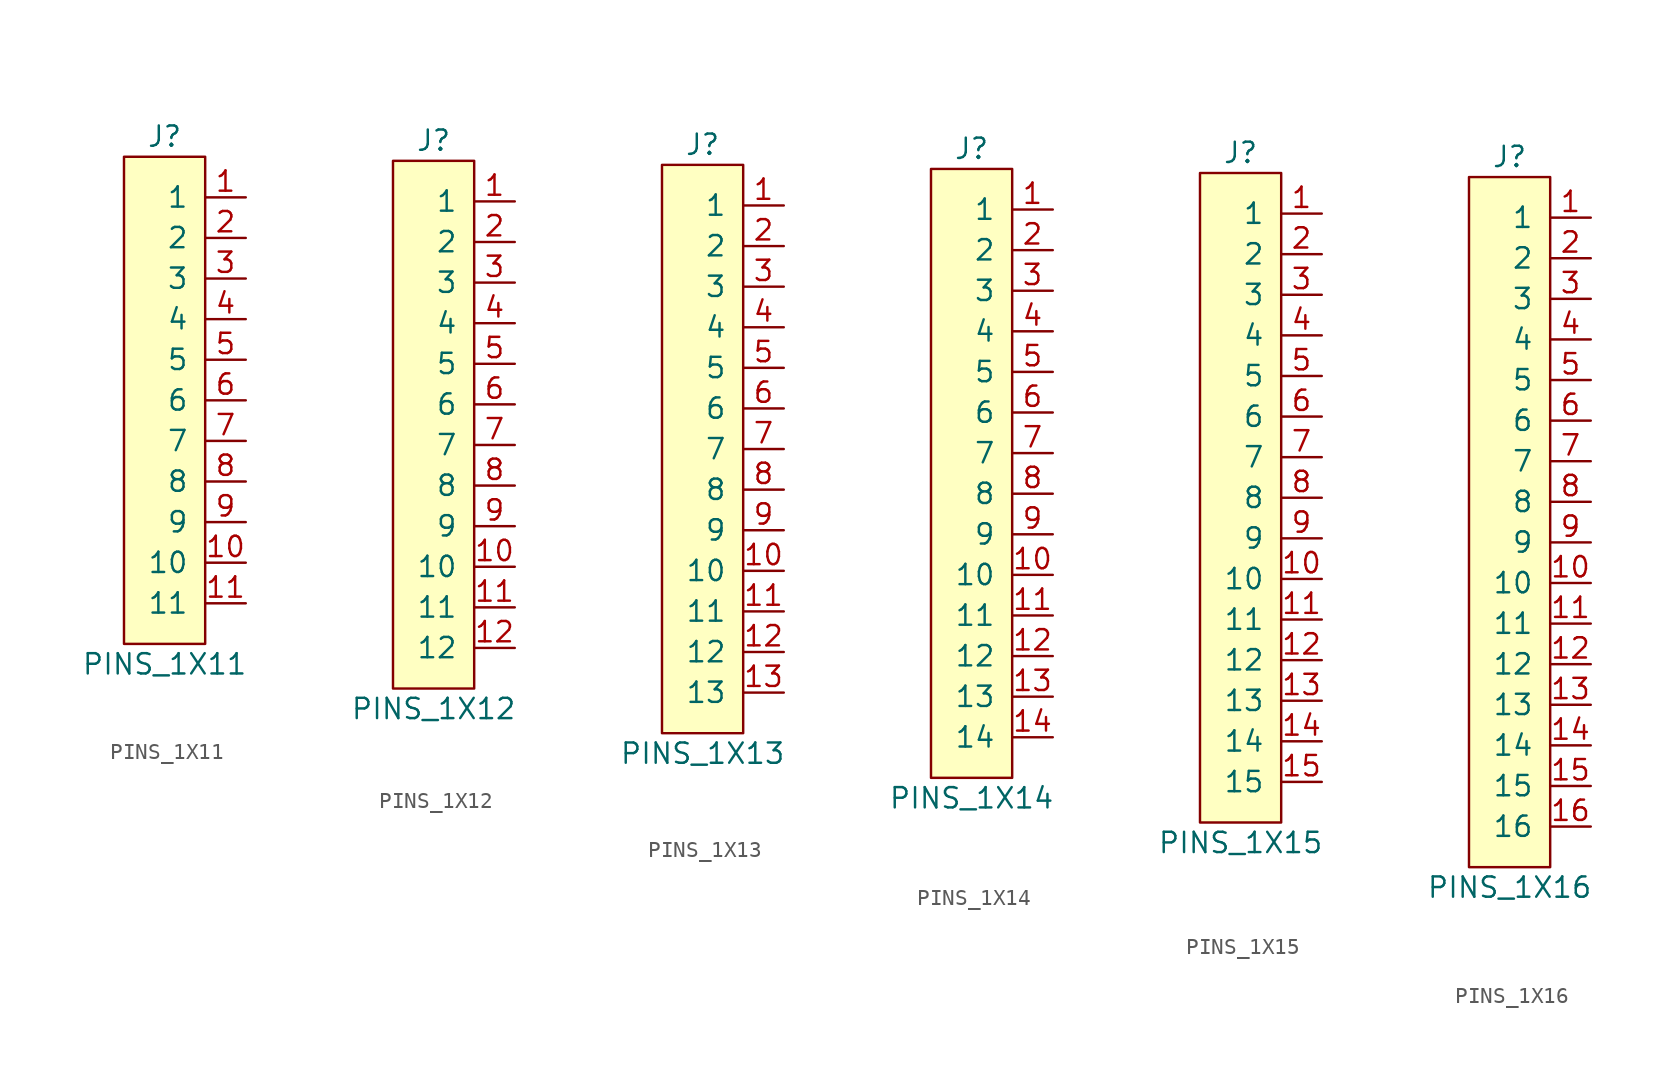
<source format=kicad_sym>
(kicad_symbol_lib
  (version 20241209)
  (generator "kicad_symbol_editor")
  (generator_version "9.0")
  (symbol "PINS_1X11"
    (pin_names
      (offset 1.016))
    (property "Reference" "J"
      (at 0 16.51 0)
      (effects (font (size 1.27 1.27))))
    (property "Value" "PINS_1X11"
      (at 0 -16.51 0)
      (effects (font (size 1.27 1.27))))
    (symbol "PINS_1X11_0_1"
      (rectangle (start -2.54 15.24) (end 2.54 -15.24) (stroke (width 0) (type default)) (fill (type background))))
    (symbol "PINS_1X11_1_1"
      (pin passive line (at 5.08 12.7 180) (length 2.54) (name "1" (effects (font (size 1.27 1.27)))) (number "1" (effects (font (size 1.27 1.27)))))
      (pin passive line (at 5.08 10.16 180) (length 2.54) (name "2" (effects (font (size 1.27 1.27)))) (number "2" (effects (font (size 1.27 1.27)))))
      (pin passive line (at 5.08 7.62 180) (length 2.54) (name "3" (effects (font (size 1.27 1.27)))) (number "3" (effects (font (size 1.27 1.27)))))
      (pin passive line (at 5.08 5.08 180) (length 2.54) (name "4" (effects (font (size 1.27 1.27)))) (number "4" (effects (font (size 1.27 1.27)))))
      (pin passive line (at 5.08 2.54 180) (length 2.54) (name "5" (effects (font (size 1.27 1.27)))) (number "5" (effects (font (size 1.27 1.27)))))
      (pin passive line (at 5.08 0 180) (length 2.54) (name "6" (effects (font (size 1.27 1.27)))) (number "6" (effects (font (size 1.27 1.27)))))
      (pin passive line (at 5.08 -2.54 180) (length 2.54) (name "7" (effects (font (size 1.27 1.27)))) (number "7" (effects (font (size 1.27 1.27)))))
      (pin passive line (at 5.08 -5.08 180) (length 2.54) (name "8" (effects (font (size 1.27 1.27)))) (number "8" (effects (font (size 1.27 1.27)))))
      (pin passive line (at 5.08 -7.62 180) (length 2.54) (name "9" (effects (font (size 1.27 1.27)))) (number "9" (effects (font (size 1.27 1.27)))))
      (pin passive line (at 5.08 -10.16 180) (length 2.54) (name "10" (effects (font (size 1.27 1.27)))) (number "10" (effects (font (size 1.27 1.27)))))
      (pin passive line (at 5.08 -12.7 180) (length 2.54) (name "11" (effects (font (size 1.27 1.27)))) (number "11" (effects (font (size 1.27 1.27)))))))
  (symbol "PINS_1X12"
    (pin_names
      (offset 1.016))
    (property "Reference" "J"
      (at 0 17.78 0)
      (effects (font (size 1.27 1.27))))
    (property "Value" "PINS_1X12"
      (at 0 -17.78 0)
      (effects (font (size 1.27 1.27))))
    (symbol "PINS_1X12_0_1"
      (rectangle (start -2.54 16.51) (end 2.54 -16.51) (stroke (width 0) (type default)) (fill (type background))))
    (symbol "PINS_1X12_1_1"
      (pin passive line (at 5.08 13.97 180) (length 2.54) (name "1" (effects (font (size 1.27 1.27)))) (number "1" (effects (font (size 1.27 1.27)))))
      (pin passive line (at 5.08 11.43 180) (length 2.54) (name "2" (effects (font (size 1.27 1.27)))) (number "2" (effects (font (size 1.27 1.27)))))
      (pin passive line (at 5.08 8.89 180) (length 2.54) (name "3" (effects (font (size 1.27 1.27)))) (number "3" (effects (font (size 1.27 1.27)))))
      (pin passive line (at 5.08 6.35 180) (length 2.54) (name "4" (effects (font (size 1.27 1.27)))) (number "4" (effects (font (size 1.27 1.27)))))
      (pin passive line (at 5.08 3.81 180) (length 2.54) (name "5" (effects (font (size 1.27 1.27)))) (number "5" (effects (font (size 1.27 1.27)))))
      (pin passive line (at 5.08 1.27 180) (length 2.54) (name "6" (effects (font (size 1.27 1.27)))) (number "6" (effects (font (size 1.27 1.27)))))
      (pin passive line (at 5.08 -1.27 180) (length 2.54) (name "7" (effects (font (size 1.27 1.27)))) (number "7" (effects (font (size 1.27 1.27)))))
      (pin passive line (at 5.08 -3.81 180) (length 2.54) (name "8" (effects (font (size 1.27 1.27)))) (number "8" (effects (font (size 1.27 1.27)))))
      (pin passive line (at 5.08 -6.35 180) (length 2.54) (name "9" (effects (font (size 1.27 1.27)))) (number "9" (effects (font (size 1.27 1.27)))))
      (pin passive line (at 5.08 -8.89 180) (length 2.54) (name "10" (effects (font (size 1.27 1.27)))) (number "10" (effects (font (size 1.27 1.27)))))
      (pin passive line (at 5.08 -11.43 180) (length 2.54) (name "11" (effects (font (size 1.27 1.27)))) (number "11" (effects (font (size 1.27 1.27)))))
      (pin passive line (at 5.08 -13.97 180) (length 2.54) (name "12" (effects (font (size 1.27 1.27)))) (number "12" (effects (font (size 1.27 1.27)))))))
  (symbol "PINS_1X13"
    (pin_names
      (offset 1.016))
    (property "Reference" "J"
      (at 0 19.05 0)
      (effects (font (size 1.27 1.27))))
    (property "Value" "PINS_1X13"
      (at 0 -19.05 0)
      (effects (font (size 1.27 1.27))))
    (symbol "PINS_1X13_0_1"
      (rectangle (start -2.54 17.78) (end 2.54 -17.78) (stroke (width 0) (type default)) (fill (type background))))
    (symbol "PINS_1X13_1_1"
      (pin passive line (at 5.08 15.24 180) (length 2.54) (name "1" (effects (font (size 1.27 1.27)))) (number "1" (effects (font (size 1.27 1.27)))))
      (pin passive line (at 5.08 12.7 180) (length 2.54) (name "2" (effects (font (size 1.27 1.27)))) (number "2" (effects (font (size 1.27 1.27)))))
      (pin passive line (at 5.08 10.16 180) (length 2.54) (name "3" (effects (font (size 1.27 1.27)))) (number "3" (effects (font (size 1.27 1.27)))))
      (pin passive line (at 5.08 7.62 180) (length 2.54) (name "4" (effects (font (size 1.27 1.27)))) (number "4" (effects (font (size 1.27 1.27)))))
      (pin passive line (at 5.08 5.08 180) (length 2.54) (name "5" (effects (font (size 1.27 1.27)))) (number "5" (effects (font (size 1.27 1.27)))))
      (pin passive line (at 5.08 2.54 180) (length 2.54) (name "6" (effects (font (size 1.27 1.27)))) (number "6" (effects (font (size 1.27 1.27)))))
      (pin passive line (at 5.08 0 180) (length 2.54) (name "7" (effects (font (size 1.27 1.27)))) (number "7" (effects (font (size 1.27 1.27)))))
      (pin passive line (at 5.08 -2.54 180) (length 2.54) (name "8" (effects (font (size 1.27 1.27)))) (number "8" (effects (font (size 1.27 1.27)))))
      (pin passive line (at 5.08 -5.08 180) (length 2.54) (name "9" (effects (font (size 1.27 1.27)))) (number "9" (effects (font (size 1.27 1.27)))))
      (pin passive line (at 5.08 -7.62 180) (length 2.54) (name "10" (effects (font (size 1.27 1.27)))) (number "10" (effects (font (size 1.27 1.27)))))
      (pin passive line (at 5.08 -10.16 180) (length 2.54) (name "11" (effects (font (size 1.27 1.27)))) (number "11" (effects (font (size 1.27 1.27)))))
      (pin passive line (at 5.08 -12.7 180) (length 2.54) (name "12" (effects (font (size 1.27 1.27)))) (number "12" (effects (font (size 1.27 1.27)))))
      (pin passive line (at 5.08 -15.24 180) (length 2.54) (name "13" (effects (font (size 1.27 1.27)))) (number "13" (effects (font (size 1.27 1.27)))))))
  (symbol "PINS_1X14"
    (pin_names
      (offset 1.016))
    (property "Reference" "J"
      (at 0 20.32 0)
      (effects (font (size 1.27 1.27))))
    (property "Value" "PINS_1X14"
      (at 0 -20.32 0)
      (effects (font (size 1.27 1.27))))
    (symbol "PINS_1X14_0_1"
      (rectangle (start -2.54 19.05) (end 2.54 -19.05) (stroke (width 0) (type default)) (fill (type background))))
    (symbol "PINS_1X14_1_1"
      (pin passive line (at 5.08 16.51 180) (length 2.54) (name "1" (effects (font (size 1.27 1.27)))) (number "1" (effects (font (size 1.27 1.27)))))
      (pin passive line (at 5.08 13.97 180) (length 2.54) (name "2" (effects (font (size 1.27 1.27)))) (number "2" (effects (font (size 1.27 1.27)))))
      (pin passive line (at 5.08 11.43 180) (length 2.54) (name "3" (effects (font (size 1.27 1.27)))) (number "3" (effects (font (size 1.27 1.27)))))
      (pin passive line (at 5.08 8.89 180) (length 2.54) (name "4" (effects (font (size 1.27 1.27)))) (number "4" (effects (font (size 1.27 1.27)))))
      (pin passive line (at 5.08 6.35 180) (length 2.54) (name "5" (effects (font (size 1.27 1.27)))) (number "5" (effects (font (size 1.27 1.27)))))
      (pin passive line (at 5.08 3.81 180) (length 2.54) (name "6" (effects (font (size 1.27 1.27)))) (number "6" (effects (font (size 1.27 1.27)))))
      (pin passive line (at 5.08 1.27 180) (length 2.54) (name "7" (effects (font (size 1.27 1.27)))) (number "7" (effects (font (size 1.27 1.27)))))
      (pin passive line (at 5.08 -1.27 180) (length 2.54) (name "8" (effects (font (size 1.27 1.27)))) (number "8" (effects (font (size 1.27 1.27)))))
      (pin passive line (at 5.08 -3.81 180) (length 2.54) (name "9" (effects (font (size 1.27 1.27)))) (number "9" (effects (font (size 1.27 1.27)))))
      (pin passive line (at 5.08 -6.35 180) (length 2.54) (name "10" (effects (font (size 1.27 1.27)))) (number "10" (effects (font (size 1.27 1.27)))))
      (pin passive line (at 5.08 -8.89 180) (length 2.54) (name "11" (effects (font (size 1.27 1.27)))) (number "11" (effects (font (size 1.27 1.27)))))
      (pin passive line (at 5.08 -11.43 180) (length 2.54) (name "12" (effects (font (size 1.27 1.27)))) (number "12" (effects (font (size 1.27 1.27)))))
      (pin passive line (at 5.08 -13.97 180) (length 2.54) (name "13" (effects (font (size 1.27 1.27)))) (number "13" (effects (font (size 1.27 1.27)))))
      (pin passive line (at 5.08 -16.51 180) (length 2.54) (name "14" (effects (font (size 1.27 1.27)))) (number "14" (effects (font (size 1.27 1.27)))))))
  (symbol "PINS_1X15"
    (pin_names
      (offset 1.016))
    (property "Reference" "J"
      (at 0 21.59 0)
      (effects (font (size 1.27 1.27))))
    (property "Value" "PINS_1X15"
      (at 0 -21.59 0)
      (effects (font (size 1.27 1.27))))
    (symbol "PINS_1X15_0_1"
      (rectangle (start -2.54 20.32) (end 2.54 -20.32) (stroke (width 0) (type default)) (fill (type background))))
    (symbol "PINS_1X15_1_1"
      (pin passive line (at 5.08 17.78 180) (length 2.54) (name "1" (effects (font (size 1.27 1.27)))) (number "1" (effects (font (size 1.27 1.27)))))
      (pin passive line (at 5.08 15.24 180) (length 2.54) (name "2" (effects (font (size 1.27 1.27)))) (number "2" (effects (font (size 1.27 1.27)))))
      (pin passive line (at 5.08 12.7 180) (length 2.54) (name "3" (effects (font (size 1.27 1.27)))) (number "3" (effects (font (size 1.27 1.27)))))
      (pin passive line (at 5.08 10.16 180) (length 2.54) (name "4" (effects (font (size 1.27 1.27)))) (number "4" (effects (font (size 1.27 1.27)))))
      (pin passive line (at 5.08 7.62 180) (length 2.54) (name "5" (effects (font (size 1.27 1.27)))) (number "5" (effects (font (size 1.27 1.27)))))
      (pin passive line (at 5.08 5.08 180) (length 2.54) (name "6" (effects (font (size 1.27 1.27)))) (number "6" (effects (font (size 1.27 1.27)))))
      (pin passive line (at 5.08 2.54 180) (length 2.54) (name "7" (effects (font (size 1.27 1.27)))) (number "7" (effects (font (size 1.27 1.27)))))
      (pin passive line (at 5.08 0 180) (length 2.54) (name "8" (effects (font (size 1.27 1.27)))) (number "8" (effects (font (size 1.27 1.27)))))
      (pin passive line (at 5.08 -2.54 180) (length 2.54) (name "9" (effects (font (size 1.27 1.27)))) (number "9" (effects (font (size 1.27 1.27)))))
      (pin passive line (at 5.08 -5.08 180) (length 2.54) (name "10" (effects (font (size 1.27 1.27)))) (number "10" (effects (font (size 1.27 1.27)))))
      (pin passive line (at 5.08 -7.62 180) (length 2.54) (name "11" (effects (font (size 1.27 1.27)))) (number "11" (effects (font (size 1.27 1.27)))))
      (pin passive line (at 5.08 -10.16 180) (length 2.54) (name "12" (effects (font (size 1.27 1.27)))) (number "12" (effects (font (size 1.27 1.27)))))
      (pin passive line (at 5.08 -12.7 180) (length 2.54) (name "13" (effects (font (size 1.27 1.27)))) (number "13" (effects (font (size 1.27 1.27)))))
      (pin passive line (at 5.08 -15.24 180) (length 2.54) (name "14" (effects (font (size 1.27 1.27)))) (number "14" (effects (font (size 1.27 1.27)))))
      (pin passive line (at 5.08 -17.78 180) (length 2.54) (name "15" (effects (font (size 1.27 1.27)))) (number "15" (effects (font (size 1.27 1.27)))))))
  (symbol "PINS_1X16"
    (pin_names
      (offset 1.016))
    (property "Reference" "J"
      (at 0 22.86 0)
      (effects (font (size 1.27 1.27))))
    (property "Value" "PINS_1X16"
      (at 0 -22.86 0)
      (effects (font (size 1.27 1.27))))
    (symbol "PINS_1X16_0_1"
      (rectangle (start -2.54 21.59) (end 2.54 -21.59) (stroke (width 0) (type default)) (fill (type background))))
    (symbol "PINS_1X16_1_1"
      (pin passive line (at 5.08 19.05 180) (length 2.54) (name "1" (effects (font (size 1.27 1.27)))) (number "1" (effects (font (size 1.27 1.27)))))
      (pin passive line (at 5.08 16.51 180) (length 2.54) (name "2" (effects (font (size 1.27 1.27)))) (number "2" (effects (font (size 1.27 1.27)))))
      (pin passive line (at 5.08 13.97 180) (length 2.54) (name "3" (effects (font (size 1.27 1.27)))) (number "3" (effects (font (size 1.27 1.27)))))
      (pin passive line (at 5.08 11.43 180) (length 2.54) (name "4" (effects (font (size 1.27 1.27)))) (number "4" (effects (font (size 1.27 1.27)))))
      (pin passive line (at 5.08 8.89 180) (length 2.54) (name "5" (effects (font (size 1.27 1.27)))) (number "5" (effects (font (size 1.27 1.27)))))
      (pin passive line (at 5.08 6.35 180) (length 2.54) (name "6" (effects (font (size 1.27 1.27)))) (number "6" (effects (font (size 1.27 1.27)))))
      (pin passive line (at 5.08 3.81 180) (length 2.54) (name "7" (effects (font (size 1.27 1.27)))) (number "7" (effects (font (size 1.27 1.27)))))
      (pin passive line (at 5.08 1.27 180) (length 2.54) (name "8" (effects (font (size 1.27 1.27)))) (number "8" (effects (font (size 1.27 1.27)))))
      (pin passive line (at 5.08 -1.27 180) (length 2.54) (name "9" (effects (font (size 1.27 1.27)))) (number "9" (effects (font (size 1.27 1.27)))))
      (pin passive line (at 5.08 -3.81 180) (length 2.54) (name "10" (effects (font (size 1.27 1.27)))) (number "10" (effects (font (size 1.27 1.27)))))
      (pin passive line (at 5.08 -6.35 180) (length 2.54) (name "11" (effects (font (size 1.27 1.27)))) (number "11" (effects (font (size 1.27 1.27)))))
      (pin passive line (at 5.08 -8.89 180) (length 2.54) (name "12" (effects (font (size 1.27 1.27)))) (number "12" (effects (font (size 1.27 1.27)))))
      (pin passive line (at 5.08 -11.43 180) (length 2.54) (name "13" (effects (font (size 1.27 1.27)))) (number "13" (effects (font (size 1.27 1.27)))))
      (pin passive line (at 5.08 -13.97 180) (length 2.54) (name "14" (effects (font (size 1.27 1.27)))) (number "14" (effects (font (size 1.27 1.27)))))
      (pin passive line (at 5.08 -16.51 180) (length 2.54) (name "15" (effects (font (size 1.27 1.27)))) (number "15" (effects (font (size 1.27 1.27)))))
      (pin passive line (at 5.08 -19.05 180) (length 2.54) (name "16" (effects (font (size 1.27 1.27)))) (number "16" (effects (font (size 1.27 1.27))))))))
</source>
